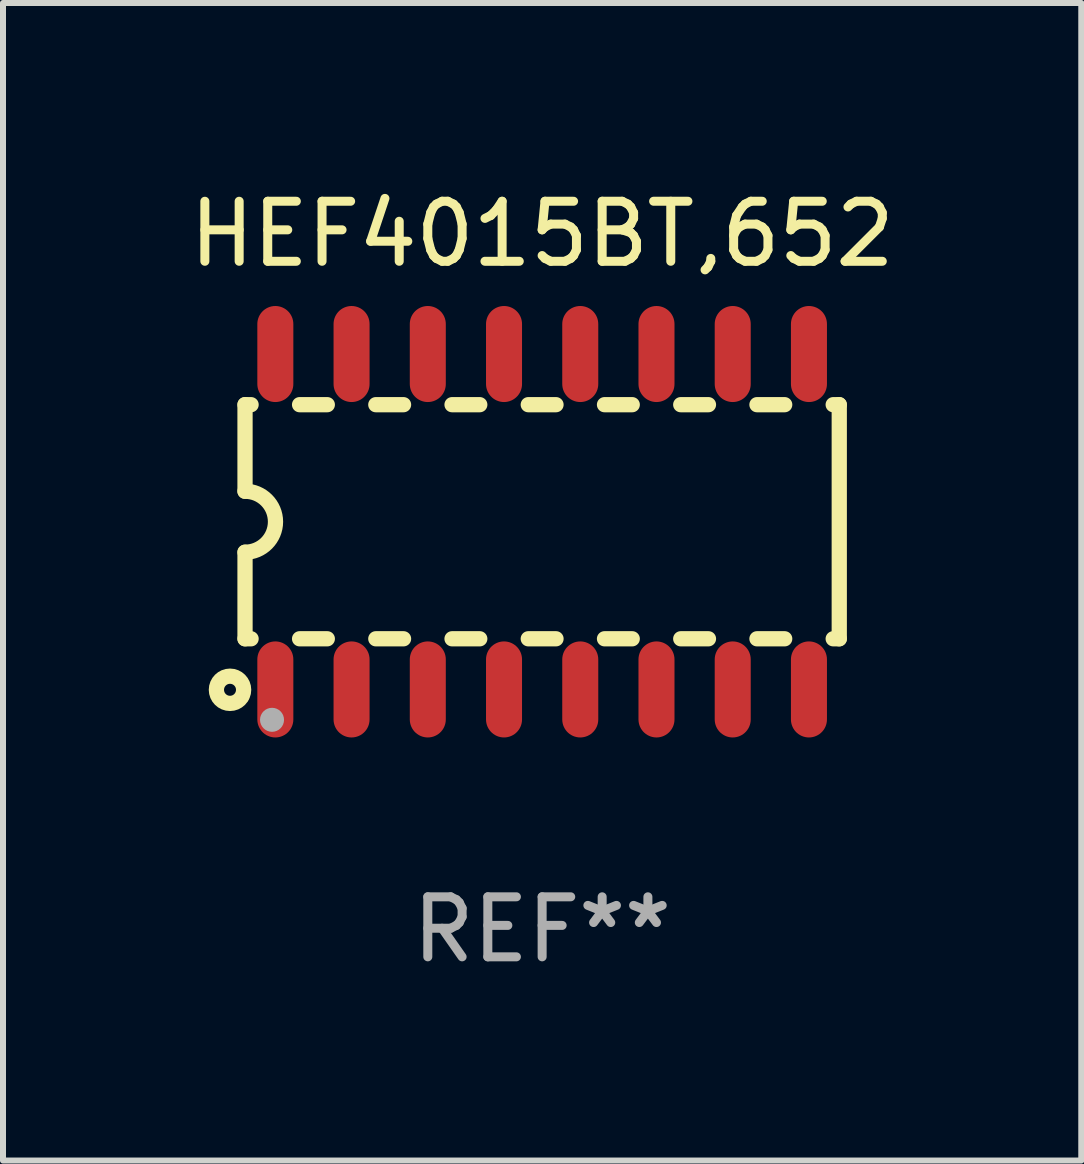
<source format=kicad_pcb>
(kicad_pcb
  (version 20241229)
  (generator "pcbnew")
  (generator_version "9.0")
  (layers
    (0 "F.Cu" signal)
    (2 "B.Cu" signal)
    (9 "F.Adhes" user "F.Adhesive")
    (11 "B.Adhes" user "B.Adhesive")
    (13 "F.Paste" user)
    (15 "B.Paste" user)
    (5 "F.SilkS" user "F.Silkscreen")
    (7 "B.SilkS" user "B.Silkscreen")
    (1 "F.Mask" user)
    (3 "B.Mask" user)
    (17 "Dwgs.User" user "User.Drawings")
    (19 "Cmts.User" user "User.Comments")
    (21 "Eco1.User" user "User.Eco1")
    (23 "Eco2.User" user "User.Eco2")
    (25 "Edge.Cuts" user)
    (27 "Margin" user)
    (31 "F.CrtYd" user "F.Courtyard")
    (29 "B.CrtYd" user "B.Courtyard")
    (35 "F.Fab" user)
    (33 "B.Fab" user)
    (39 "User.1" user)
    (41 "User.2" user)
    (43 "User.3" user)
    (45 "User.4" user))
  (footprint "HEF4015BT,652"
    (layer "F.Cu")
    (at 5.982 5.642)
    (property "Reference" "HEF4015BT,652" (at 0 -4.794 0) (layer "F.SilkS") (effects (font (size 1 1) (thickness 0.15))))
    (attr through_hole)
    (fp_line (start -4.95 -1.95) (end -4.95 -0.508) (stroke (width 0.254) (type solid)) (layer "F.SilkS"))
    (fp_line (start -4.95 -1.95) (end -4.849 -1.95) (stroke (width 0.254) (type solid)) (layer "F.SilkS"))
    (fp_line (start -4.95 1.95) (end -4.95 0.508) (stroke (width 0.254) (type solid)) (layer "F.SilkS"))
    (fp_line (start -4.95 1.95) (end -4.849 1.95) (stroke (width 0.254) (type solid)) (layer "F.SilkS"))
    (fp_line (start -4.041 -1.95) (end -3.579 -1.95) (stroke (width 0.254) (type solid)) (layer "F.SilkS"))
    (fp_line (start -4.041 1.95) (end -3.579 1.95) (stroke (width 0.254) (type solid)) (layer "F.SilkS"))
    (fp_line (start -2.771 -1.95) (end -2.309 -1.95) (stroke (width 0.254) (type solid)) (layer "F.SilkS"))
    (fp_line (start -2.771 1.95) (end -2.309 1.95) (stroke (width 0.254) (type solid)) (layer "F.SilkS"))
    (fp_line (start -1.501 -1.95) (end -1.039 -1.95) (stroke (width 0.254) (type solid)) (layer "F.SilkS"))
    (fp_line (start -1.501 1.95) (end -1.039 1.95) (stroke (width 0.254) (type solid)) (layer "F.SilkS"))
    (fp_line (start -0.231 -1.95) (end 0.231 -1.95) (stroke (width 0.254) (type solid)) (layer "F.SilkS"))
    (fp_line (start -0.231 1.95) (end 0.231 1.95) (stroke (width 0.254) (type solid)) (layer "F.SilkS"))
    (fp_line (start 1.039 -1.95) (end 1.501 -1.95) (stroke (width 0.254) (type solid)) (layer "F.SilkS"))
    (fp_line (start 1.039 1.95) (end 1.501 1.95) (stroke (width 0.254) (type solid)) (layer "F.SilkS"))
    (fp_line (start 2.309 -1.95) (end 2.771 -1.95) (stroke (width 0.254) (type solid)) (layer "F.SilkS"))
    (fp_line (start 2.309 1.95) (end 2.771 1.95) (stroke (width 0.254) (type solid)) (layer "F.SilkS"))
    (fp_line (start 3.579 -1.95) (end 4.041 -1.95) (stroke (width 0.254) (type solid)) (layer "F.SilkS"))
    (fp_line (start 3.579 1.95) (end 4.041 1.95) (stroke (width 0.254) (type solid)) (layer "F.SilkS"))
    (fp_line (start 4.849 -1.95) (end 4.95 -1.95) (stroke (width 0.254) (type solid)) (layer "F.SilkS"))
    (fp_line (start 4.849 1.95) (end 4.95 1.95) (stroke (width 0.254) (type solid)) (layer "F.SilkS"))
    (fp_line (start 4.95 -1.95) (end 4.95 1.95) (stroke (width 0.254) (type solid)) (layer "F.SilkS"))
    (fp_arc (start -4.95047 -0.508001) (mid -4.442469 -0.000228) (end -4.950013 0.508001) (stroke (width 0.254001) (type solid)) (layer "F.SilkS"))
    (fp_circle (center -5.2 2.8) (end -5.1 2.8) (stroke (width 0.254) (type solid)) (fill no) (layer "F.SilkS"))
    (fp_circle (center -4.95 2.947) (end -4.92 2.947) (stroke (width 0.06) (type solid)) (fill no) (layer "F.SilkS"))
    (fp_circle (center -4.5 3.3) (end -4.4 3.3) (stroke (width 0.2) (type solid)) (fill no) (layer "F.Fab"))
    (fp_text user "REF**" (at 0 6.794 0) (layer "F.Fab") (effects (font (size 1 1) (thickness 0.15))))
    (pad "1" smd oval (at -4.445 2.794) (size 0.6 1.6) (layers "F.Cu" "F.Mask" "F.Paste"))
    (pad "2" smd oval (at -3.175 2.794) (size 0.6 1.6) (layers "F.Cu" "F.Mask" "F.Paste"))
    (pad "3" smd oval (at -1.905 2.794) (size 0.6 1.6) (layers "F.Cu" "F.Mask" "F.Paste"))
    (pad "4" smd oval (at -0.635 2.794) (size 0.6 1.6) (layers "F.Cu" "F.Mask" "F.Paste"))
    (pad "5" smd oval (at 0.635 2.794) (size 0.6 1.6) (layers "F.Cu" "F.Mask" "F.Paste"))
    (pad "6" smd oval (at 1.905 2.794) (size 0.6 1.6) (layers "F.Cu" "F.Mask" "F.Paste"))
    (pad "7" smd oval (at 3.175 2.794) (size 0.6 1.6) (layers "F.Cu" "F.Mask" "F.Paste"))
    (pad "8" smd oval (at 4.445 2.794) (size 0.6 1.6) (layers "F.Cu" "F.Mask" "F.Paste"))
    (pad "9" smd oval (at 4.445 -2.794) (size 0.6 1.6) (layers "F.Cu" "F.Mask" "F.Paste"))
    (pad "10" smd oval (at 3.175 -2.794) (size 0.6 1.6) (layers "F.Cu" "F.Mask" "F.Paste"))
    (pad "11" smd oval (at 1.905 -2.794) (size 0.6 1.6) (layers "F.Cu" "F.Mask" "F.Paste"))
    (pad "12" smd oval (at 0.635 -2.794) (size 0.6 1.6) (layers "F.Cu" "F.Mask" "F.Paste"))
    (pad "13" smd oval (at -0.635 -2.794) (size 0.6 1.6) (layers "F.Cu" "F.Mask" "F.Paste"))
    (pad "14" smd oval (at -1.905 -2.794) (size 0.6 1.6) (layers "F.Cu" "F.Mask" "F.Paste"))
    (pad "15" smd oval (at -3.175 -2.794) (size 0.6 1.6) (layers "F.Cu" "F.Mask" "F.Paste"))
    (pad "16" smd oval (at -4.445 -2.794) (size 0.6 1.6) (layers "F.Cu" "F.Mask" "F.Paste")))
  (gr_rect
    (start -3 -3)
    (end 14.964 16.285)
    (stroke (width 0.1) (type default))
    (fill no)
    (layer "Edge.Cuts")))
</source>
